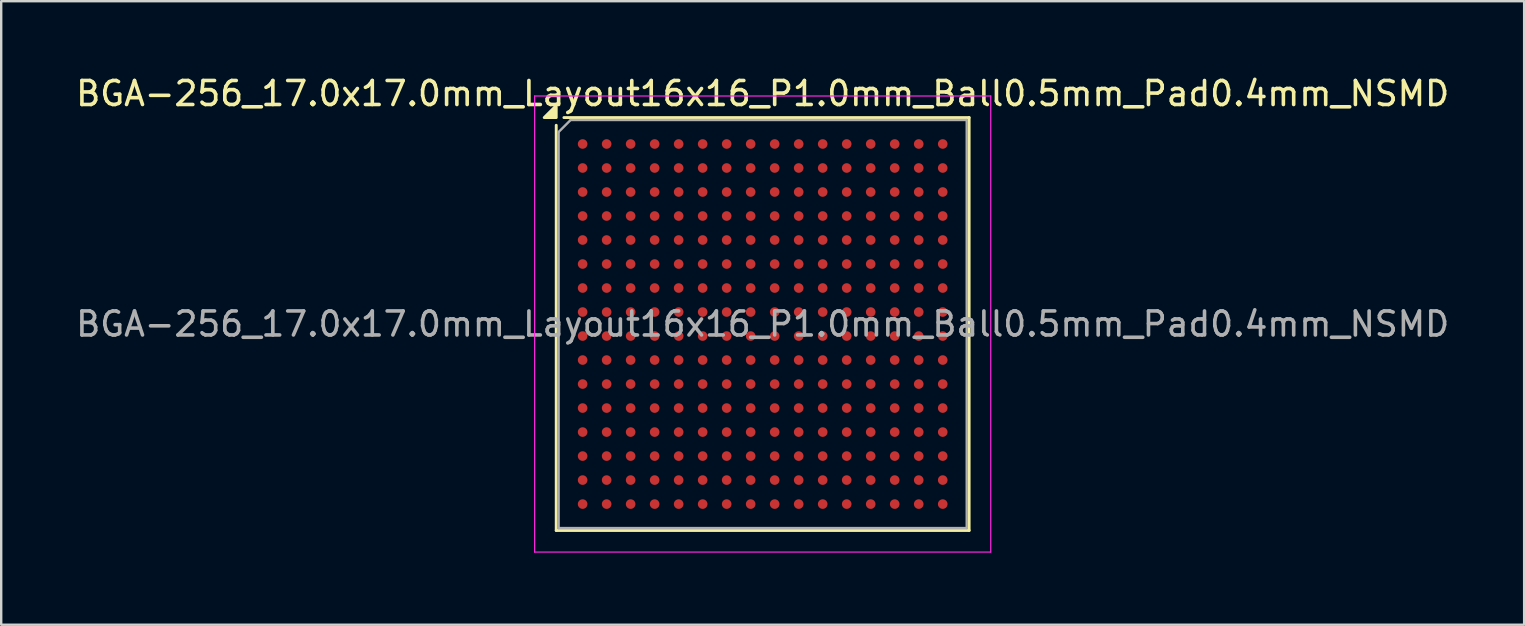
<source format=kicad_pcb>
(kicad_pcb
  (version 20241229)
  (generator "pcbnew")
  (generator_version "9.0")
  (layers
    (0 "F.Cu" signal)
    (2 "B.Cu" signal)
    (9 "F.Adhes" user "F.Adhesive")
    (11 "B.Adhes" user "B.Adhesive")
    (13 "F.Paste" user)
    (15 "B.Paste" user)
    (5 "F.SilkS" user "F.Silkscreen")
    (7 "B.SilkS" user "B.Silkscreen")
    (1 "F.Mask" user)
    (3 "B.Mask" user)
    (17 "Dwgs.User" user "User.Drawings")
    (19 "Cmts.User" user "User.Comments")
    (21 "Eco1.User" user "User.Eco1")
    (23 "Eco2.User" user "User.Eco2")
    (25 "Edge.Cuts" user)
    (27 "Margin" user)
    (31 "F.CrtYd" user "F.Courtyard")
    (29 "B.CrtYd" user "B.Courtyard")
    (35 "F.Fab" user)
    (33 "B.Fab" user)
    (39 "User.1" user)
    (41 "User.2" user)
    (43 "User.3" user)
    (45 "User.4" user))
  (footprint "BGA-256_17.0x17.0mm_Layout16x16_P1.0mm_Ball0.5mm_Pad0.4mm_NSMD"
    (layer "F.Cu")
    (at 28.72 10.448)
    (property "Reference" "BGA-256_17.0x17.0mm_Layout16x16_P1.0mm_Ball0.5mm_Pad0.4mm_NSMD" (at 0 -9.6 0) (layer "F.SilkS") (effects (font (size 1 1) (thickness 0.15))))
    (attr smd)
    (fp_line (start -8.6 -8.28) (end -8.6 8.6) (stroke (width 0.12) (type solid)) (layer "F.SilkS"))
    (fp_line (start -8.6 8.6) (end 8.6 8.6) (stroke (width 0.12) (type solid)) (layer "F.SilkS"))
    (fp_line (start 8.6 -8.6) (end -8.28 -8.6) (stroke (width 0.12) (type solid)) (layer "F.SilkS"))
    (fp_line (start 8.6 8.6) (end 8.6 -8.6) (stroke (width 0.12) (type solid)) (layer "F.SilkS"))
    (fp_poly (pts (xy -8.6 -8.6) (xy -9.1 -8.6) (xy -8.6 -9.1) (xy -8.6 -8.6)) (stroke (width 0.12) (type solid)) (fill yes) (layer "F.SilkS"))
    (fp_line (start -9.5 -9.5) (end -9.5 9.5) (stroke (width 0.05) (type solid)) (layer "F.CrtYd"))
    (fp_line (start -9.5 -9.5) (end 9.5 -9.5) (stroke (width 0.05) (type solid)) (layer "F.CrtYd"))
    (fp_line (start 9.5 9.5) (end -9.5 9.5) (stroke (width 0.05) (type solid)) (layer "F.CrtYd"))
    (fp_line (start 9.5 9.5) (end 9.5 -9.5) (stroke (width 0.05) (type solid)) (layer "F.CrtYd"))
    (fp_line (start -8.5 -8) (end -8.5 8.5) (stroke (width 0.1) (type solid)) (layer "F.Fab"))
    (fp_line (start -8.5 8.5) (end 8.5 8.5) (stroke (width 0.1) (type solid)) (layer "F.Fab"))
    (fp_line (start -8 -8.5) (end -8.5 -8) (stroke (width 0.1) (type solid)) (layer "F.Fab"))
    (fp_line (start 8.5 -8.5) (end -8 -8.5) (stroke (width 0.1) (type solid)) (layer "F.Fab"))
    (fp_line (start 8.5 8.5) (end 8.5 -8.5) (stroke (width 0.1) (type solid)) (layer "F.Fab"))
    (fp_text user "${REFERENCE}" (at 0 0 0) (layer "F.Fab") (effects (font (size 1 1) (thickness 0.15))))
    (pad "A1" smd circle (at -7.5 -7.5) (size 0.4 0.4) (property pad_prop_bga) (layers "F.Cu" "F.Mask" "F.Paste"))
    (pad "A2" smd circle (at -6.5 -7.5) (size 0.4 0.4) (property pad_prop_bga) (layers "F.Cu" "F.Mask" "F.Paste"))
    (pad "A3" smd circle (at -5.5 -7.5) (size 0.4 0.4) (property pad_prop_bga) (layers "F.Cu" "F.Mask" "F.Paste"))
    (pad "A4" smd circle (at -4.5 -7.5) (size 0.4 0.4) (property pad_prop_bga) (layers "F.Cu" "F.Mask" "F.Paste"))
    (pad "A5" smd circle (at -3.5 -7.5) (size 0.4 0.4) (property pad_prop_bga) (layers "F.Cu" "F.Mask" "F.Paste"))
    (pad "A6" smd circle (at -2.5 -7.5) (size 0.4 0.4) (property pad_prop_bga) (layers "F.Cu" "F.Mask" "F.Paste"))
    (pad "A7" smd circle (at -1.5 -7.5) (size 0.4 0.4) (property pad_prop_bga) (layers "F.Cu" "F.Mask" "F.Paste"))
    (pad "A8" smd circle (at -0.5 -7.5) (size 0.4 0.4) (property pad_prop_bga) (layers "F.Cu" "F.Mask" "F.Paste"))
    (pad "A9" smd circle (at 0.5 -7.5) (size 0.4 0.4) (property pad_prop_bga) (layers "F.Cu" "F.Mask" "F.Paste"))
    (pad "A10" smd circle (at 1.5 -7.5) (size 0.4 0.4) (property pad_prop_bga) (layers "F.Cu" "F.Mask" "F.Paste"))
    (pad "A11" smd circle (at 2.5 -7.5) (size 0.4 0.4) (property pad_prop_bga) (layers "F.Cu" "F.Mask" "F.Paste"))
    (pad "A12" smd circle (at 3.5 -7.5) (size 0.4 0.4) (property pad_prop_bga) (layers "F.Cu" "F.Mask" "F.Paste"))
    (pad "A13" smd circle (at 4.5 -7.5) (size 0.4 0.4) (property pad_prop_bga) (layers "F.Cu" "F.Mask" "F.Paste"))
    (pad "A14" smd circle (at 5.5 -7.5) (size 0.4 0.4) (property pad_prop_bga) (layers "F.Cu" "F.Mask" "F.Paste"))
    (pad "A15" smd circle (at 6.5 -7.5) (size 0.4 0.4) (property pad_prop_bga) (layers "F.Cu" "F.Mask" "F.Paste"))
    (pad "A16" smd circle (at 7.5 -7.5) (size 0.4 0.4) (property pad_prop_bga) (layers "F.Cu" "F.Mask" "F.Paste"))
    (pad "B1" smd circle (at -7.5 -6.5) (size 0.4 0.4) (property pad_prop_bga) (layers "F.Cu" "F.Mask" "F.Paste"))
    (pad "B2" smd circle (at -6.5 -6.5) (size 0.4 0.4) (property pad_prop_bga) (layers "F.Cu" "F.Mask" "F.Paste"))
    (pad "B3" smd circle (at -5.5 -6.5) (size 0.4 0.4) (property pad_prop_bga) (layers "F.Cu" "F.Mask" "F.Paste"))
    (pad "B4" smd circle (at -4.5 -6.5) (size 0.4 0.4) (property pad_prop_bga) (layers "F.Cu" "F.Mask" "F.Paste"))
    (pad "B5" smd circle (at -3.5 -6.5) (size 0.4 0.4) (property pad_prop_bga) (layers "F.Cu" "F.Mask" "F.Paste"))
    (pad "B6" smd circle (at -2.5 -6.5) (size 0.4 0.4) (property pad_prop_bga) (layers "F.Cu" "F.Mask" "F.Paste"))
    (pad "B7" smd circle (at -1.5 -6.5) (size 0.4 0.4) (property pad_prop_bga) (layers "F.Cu" "F.Mask" "F.Paste"))
    (pad "B8" smd circle (at -0.5 -6.5) (size 0.4 0.4) (property pad_prop_bga) (layers "F.Cu" "F.Mask" "F.Paste"))
    (pad "B9" smd circle (at 0.5 -6.5) (size 0.4 0.4) (property pad_prop_bga) (layers "F.Cu" "F.Mask" "F.Paste"))
    (pad "B10" smd circle (at 1.5 -6.5) (size 0.4 0.4) (property pad_prop_bga) (layers "F.Cu" "F.Mask" "F.Paste"))
    (pad "B11" smd circle (at 2.5 -6.5) (size 0.4 0.4) (property pad_prop_bga) (layers "F.Cu" "F.Mask" "F.Paste"))
    (pad "B12" smd circle (at 3.5 -6.5) (size 0.4 0.4) (property pad_prop_bga) (layers "F.Cu" "F.Mask" "F.Paste"))
    (pad "B13" smd circle (at 4.5 -6.5) (size 0.4 0.4) (property pad_prop_bga) (layers "F.Cu" "F.Mask" "F.Paste"))
    (pad "B14" smd circle (at 5.5 -6.5) (size 0.4 0.4) (property pad_prop_bga) (layers "F.Cu" "F.Mask" "F.Paste"))
    (pad "B15" smd circle (at 6.5 -6.5) (size 0.4 0.4) (property pad_prop_bga) (layers "F.Cu" "F.Mask" "F.Paste"))
    (pad "B16" smd circle (at 7.5 -6.5) (size 0.4 0.4) (property pad_prop_bga) (layers "F.Cu" "F.Mask" "F.Paste"))
    (pad "C1" smd circle (at -7.5 -5.5) (size 0.4 0.4) (property pad_prop_bga) (layers "F.Cu" "F.Mask" "F.Paste"))
    (pad "C2" smd circle (at -6.5 -5.5) (size 0.4 0.4) (property pad_prop_bga) (layers "F.Cu" "F.Mask" "F.Paste"))
    (pad "C3" smd circle (at -5.5 -5.5) (size 0.4 0.4) (property pad_prop_bga) (layers "F.Cu" "F.Mask" "F.Paste"))
    (pad "C4" smd circle (at -4.5 -5.5) (size 0.4 0.4) (property pad_prop_bga) (layers "F.Cu" "F.Mask" "F.Paste"))
    (pad "C5" smd circle (at -3.5 -5.5) (size 0.4 0.4) (property pad_prop_bga) (layers "F.Cu" "F.Mask" "F.Paste"))
    (pad "C6" smd circle (at -2.5 -5.5) (size 0.4 0.4) (property pad_prop_bga) (layers "F.Cu" "F.Mask" "F.Paste"))
    (pad "C7" smd circle (at -1.5 -5.5) (size 0.4 0.4) (property pad_prop_bga) (layers "F.Cu" "F.Mask" "F.Paste"))
    (pad "C8" smd circle (at -0.5 -5.5) (size 0.4 0.4) (property pad_prop_bga) (layers "F.Cu" "F.Mask" "F.Paste"))
    (pad "C9" smd circle (at 0.5 -5.5) (size 0.4 0.4) (property pad_prop_bga) (layers "F.Cu" "F.Mask" "F.Paste"))
    (pad "C10" smd circle (at 1.5 -5.5) (size 0.4 0.4) (property pad_prop_bga) (layers "F.Cu" "F.Mask" "F.Paste"))
    (pad "C11" smd circle (at 2.5 -5.5) (size 0.4 0.4) (property pad_prop_bga) (layers "F.Cu" "F.Mask" "F.Paste"))
    (pad "C12" smd circle (at 3.5 -5.5) (size 0.4 0.4) (property pad_prop_bga) (layers "F.Cu" "F.Mask" "F.Paste"))
    (pad "C13" smd circle (at 4.5 -5.5) (size 0.4 0.4) (property pad_prop_bga) (layers "F.Cu" "F.Mask" "F.Paste"))
    (pad "C14" smd circle (at 5.5 -5.5) (size 0.4 0.4) (property pad_prop_bga) (layers "F.Cu" "F.Mask" "F.Paste"))
    (pad "C15" smd circle (at 6.5 -5.5) (size 0.4 0.4) (property pad_prop_bga) (layers "F.Cu" "F.Mask" "F.Paste"))
    (pad "C16" smd circle (at 7.5 -5.5) (size 0.4 0.4) (property pad_prop_bga) (layers "F.Cu" "F.Mask" "F.Paste"))
    (pad "D1" smd circle (at -7.5 -4.5) (size 0.4 0.4) (property pad_prop_bga) (layers "F.Cu" "F.Mask" "F.Paste"))
    (pad "D2" smd circle (at -6.5 -4.5) (size 0.4 0.4) (property pad_prop_bga) (layers "F.Cu" "F.Mask" "F.Paste"))
    (pad "D3" smd circle (at -5.5 -4.5) (size 0.4 0.4) (property pad_prop_bga) (layers "F.Cu" "F.Mask" "F.Paste"))
    (pad "D4" smd circle (at -4.5 -4.5) (size 0.4 0.4) (property pad_prop_bga) (layers "F.Cu" "F.Mask" "F.Paste"))
    (pad "D5" smd circle (at -3.5 -4.5) (size 0.4 0.4) (property pad_prop_bga) (layers "F.Cu" "F.Mask" "F.Paste"))
    (pad "D6" smd circle (at -2.5 -4.5) (size 0.4 0.4) (property pad_prop_bga) (layers "F.Cu" "F.Mask" "F.Paste"))
    (pad "D7" smd circle (at -1.5 -4.5) (size 0.4 0.4) (property pad_prop_bga) (layers "F.Cu" "F.Mask" "F.Paste"))
    (pad "D8" smd circle (at -0.5 -4.5) (size 0.4 0.4) (property pad_prop_bga) (layers "F.Cu" "F.Mask" "F.Paste"))
    (pad "D9" smd circle (at 0.5 -4.5) (size 0.4 0.4) (property pad_prop_bga) (layers "F.Cu" "F.Mask" "F.Paste"))
    (pad "D10" smd circle (at 1.5 -4.5) (size 0.4 0.4) (property pad_prop_bga) (layers "F.Cu" "F.Mask" "F.Paste"))
    (pad "D11" smd circle (at 2.5 -4.5) (size 0.4 0.4) (property pad_prop_bga) (layers "F.Cu" "F.Mask" "F.Paste"))
    (pad "D12" smd circle (at 3.5 -4.5) (size 0.4 0.4) (property pad_prop_bga) (layers "F.Cu" "F.Mask" "F.Paste"))
    (pad "D13" smd circle (at 4.5 -4.5) (size 0.4 0.4) (property pad_prop_bga) (layers "F.Cu" "F.Mask" "F.Paste"))
    (pad "D14" smd circle (at 5.5 -4.5) (size 0.4 0.4) (property pad_prop_bga) (layers "F.Cu" "F.Mask" "F.Paste"))
    (pad "D15" smd circle (at 6.5 -4.5) (size 0.4 0.4) (property pad_prop_bga) (layers "F.Cu" "F.Mask" "F.Paste"))
    (pad "D16" smd circle (at 7.5 -4.5) (size 0.4 0.4) (property pad_prop_bga) (layers "F.Cu" "F.Mask" "F.Paste"))
    (pad "E1" smd circle (at -7.5 -3.5) (size 0.4 0.4) (property pad_prop_bga) (layers "F.Cu" "F.Mask" "F.Paste"))
    (pad "E2" smd circle (at -6.5 -3.5) (size 0.4 0.4) (property pad_prop_bga) (layers "F.Cu" "F.Mask" "F.Paste"))
    (pad "E3" smd circle (at -5.5 -3.5) (size 0.4 0.4) (property pad_prop_bga) (layers "F.Cu" "F.Mask" "F.Paste"))
    (pad "E4" smd circle (at -4.5 -3.5) (size 0.4 0.4) (property pad_prop_bga) (layers "F.Cu" "F.Mask" "F.Paste"))
    (pad "E5" smd circle (at -3.5 -3.5) (size 0.4 0.4) (property pad_prop_bga) (layers "F.Cu" "F.Mask" "F.Paste"))
    (pad "E6" smd circle (at -2.5 -3.5) (size 0.4 0.4) (property pad_prop_bga) (layers "F.Cu" "F.Mask" "F.Paste"))
    (pad "E7" smd circle (at -1.5 -3.5) (size 0.4 0.4) (property pad_prop_bga) (layers "F.Cu" "F.Mask" "F.Paste"))
    (pad "E8" smd circle (at -0.5 -3.5) (size 0.4 0.4) (property pad_prop_bga) (layers "F.Cu" "F.Mask" "F.Paste"))
    (pad "E9" smd circle (at 0.5 -3.5) (size 0.4 0.4) (property pad_prop_bga) (layers "F.Cu" "F.Mask" "F.Paste"))
    (pad "E10" smd circle (at 1.5 -3.5) (size 0.4 0.4) (property pad_prop_bga) (layers "F.Cu" "F.Mask" "F.Paste"))
    (pad "E11" smd circle (at 2.5 -3.5) (size 0.4 0.4) (property pad_prop_bga) (layers "F.Cu" "F.Mask" "F.Paste"))
    (pad "E12" smd circle (at 3.5 -3.5) (size 0.4 0.4) (property pad_prop_bga) (layers "F.Cu" "F.Mask" "F.Paste"))
    (pad "E13" smd circle (at 4.5 -3.5) (size 0.4 0.4) (property pad_prop_bga) (layers "F.Cu" "F.Mask" "F.Paste"))
    (pad "E14" smd circle (at 5.5 -3.5) (size 0.4 0.4) (property pad_prop_bga) (layers "F.Cu" "F.Mask" "F.Paste"))
    (pad "E15" smd circle (at 6.5 -3.5) (size 0.4 0.4) (property pad_prop_bga) (layers "F.Cu" "F.Mask" "F.Paste"))
    (pad "E16" smd circle (at 7.5 -3.5) (size 0.4 0.4) (property pad_prop_bga) (layers "F.Cu" "F.Mask" "F.Paste"))
    (pad "F1" smd circle (at -7.5 -2.5) (size 0.4 0.4) (property pad_prop_bga) (layers "F.Cu" "F.Mask" "F.Paste"))
    (pad "F2" smd circle (at -6.5 -2.5) (size 0.4 0.4) (property pad_prop_bga) (layers "F.Cu" "F.Mask" "F.Paste"))
    (pad "F3" smd circle (at -5.5 -2.5) (size 0.4 0.4) (property pad_prop_bga) (layers "F.Cu" "F.Mask" "F.Paste"))
    (pad "F4" smd circle (at -4.5 -2.5) (size 0.4 0.4) (property pad_prop_bga) (layers "F.Cu" "F.Mask" "F.Paste"))
    (pad "F5" smd circle (at -3.5 -2.5) (size 0.4 0.4) (property pad_prop_bga) (layers "F.Cu" "F.Mask" "F.Paste"))
    (pad "F6" smd circle (at -2.5 -2.5) (size 0.4 0.4) (property pad_prop_bga) (layers "F.Cu" "F.Mask" "F.Paste"))
    (pad "F7" smd circle (at -1.5 -2.5) (size 0.4 0.4) (property pad_prop_bga) (layers "F.Cu" "F.Mask" "F.Paste"))
    (pad "F8" smd circle (at -0.5 -2.5) (size 0.4 0.4) (property pad_prop_bga) (layers "F.Cu" "F.Mask" "F.Paste"))
    (pad "F9" smd circle (at 0.5 -2.5) (size 0.4 0.4) (property pad_prop_bga) (layers "F.Cu" "F.Mask" "F.Paste"))
    (pad "F10" smd circle (at 1.5 -2.5) (size 0.4 0.4) (property pad_prop_bga) (layers "F.Cu" "F.Mask" "F.Paste"))
    (pad "F11" smd circle (at 2.5 -2.5) (size 0.4 0.4) (property pad_prop_bga) (layers "F.Cu" "F.Mask" "F.Paste"))
    (pad "F12" smd circle (at 3.5 -2.5) (size 0.4 0.4) (property pad_prop_bga) (layers "F.Cu" "F.Mask" "F.Paste"))
    (pad "F13" smd circle (at 4.5 -2.5) (size 0.4 0.4) (property pad_prop_bga) (layers "F.Cu" "F.Mask" "F.Paste"))
    (pad "F14" smd circle (at 5.5 -2.5) (size 0.4 0.4) (property pad_prop_bga) (layers "F.Cu" "F.Mask" "F.Paste"))
    (pad "F15" smd circle (at 6.5 -2.5) (size 0.4 0.4) (property pad_prop_bga) (layers "F.Cu" "F.Mask" "F.Paste"))
    (pad "F16" smd circle (at 7.5 -2.5) (size 0.4 0.4) (property pad_prop_bga) (layers "F.Cu" "F.Mask" "F.Paste"))
    (pad "G1" smd circle (at -7.5 -1.5) (size 0.4 0.4) (property pad_prop_bga) (layers "F.Cu" "F.Mask" "F.Paste"))
    (pad "G2" smd circle (at -6.5 -1.5) (size 0.4 0.4) (property pad_prop_bga) (layers "F.Cu" "F.Mask" "F.Paste"))
    (pad "G3" smd circle (at -5.5 -1.5) (size 0.4 0.4) (property pad_prop_bga) (layers "F.Cu" "F.Mask" "F.Paste"))
    (pad "G4" smd circle (at -4.5 -1.5) (size 0.4 0.4) (property pad_prop_bga) (layers "F.Cu" "F.Mask" "F.Paste"))
    (pad "G5" smd circle (at -3.5 -1.5) (size 0.4 0.4) (property pad_prop_bga) (layers "F.Cu" "F.Mask" "F.Paste"))
    (pad "G6" smd circle (at -2.5 -1.5) (size 0.4 0.4) (property pad_prop_bga) (layers "F.Cu" "F.Mask" "F.Paste"))
    (pad "G7" smd circle (at -1.5 -1.5) (size 0.4 0.4) (property pad_prop_bga) (layers "F.Cu" "F.Mask" "F.Paste"))
    (pad "G8" smd circle (at -0.5 -1.5) (size 0.4 0.4) (property pad_prop_bga) (layers "F.Cu" "F.Mask" "F.Paste"))
    (pad "G9" smd circle (at 0.5 -1.5) (size 0.4 0.4) (property pad_prop_bga) (layers "F.Cu" "F.Mask" "F.Paste"))
    (pad "G10" smd circle (at 1.5 -1.5) (size 0.4 0.4) (property pad_prop_bga) (layers "F.Cu" "F.Mask" "F.Paste"))
    (pad "G11" smd circle (at 2.5 -1.5) (size 0.4 0.4) (property pad_prop_bga) (layers "F.Cu" "F.Mask" "F.Paste"))
    (pad "G12" smd circle (at 3.5 -1.5) (size 0.4 0.4) (property pad_prop_bga) (layers "F.Cu" "F.Mask" "F.Paste"))
    (pad "G13" smd circle (at 4.5 -1.5) (size 0.4 0.4) (property pad_prop_bga) (layers "F.Cu" "F.Mask" "F.Paste"))
    (pad "G14" smd circle (at 5.5 -1.5) (size 0.4 0.4) (property pad_prop_bga) (layers "F.Cu" "F.Mask" "F.Paste"))
    (pad "G15" smd circle (at 6.5 -1.5) (size 0.4 0.4) (property pad_prop_bga) (layers "F.Cu" "F.Mask" "F.Paste"))
    (pad "G16" smd circle (at 7.5 -1.5) (size 0.4 0.4) (property pad_prop_bga) (layers "F.Cu" "F.Mask" "F.Paste"))
    (pad "H1" smd circle (at -7.5 -0.5) (size 0.4 0.4) (property pad_prop_bga) (layers "F.Cu" "F.Mask" "F.Paste"))
    (pad "H2" smd circle (at -6.5 -0.5) (size 0.4 0.4) (property pad_prop_bga) (layers "F.Cu" "F.Mask" "F.Paste"))
    (pad "H3" smd circle (at -5.5 -0.5) (size 0.4 0.4) (property pad_prop_bga) (layers "F.Cu" "F.Mask" "F.Paste"))
    (pad "H4" smd circle (at -4.5 -0.5) (size 0.4 0.4) (property pad_prop_bga) (layers "F.Cu" "F.Mask" "F.Paste"))
    (pad "H5" smd circle (at -3.5 -0.5) (size 0.4 0.4) (property pad_prop_bga) (layers "F.Cu" "F.Mask" "F.Paste"))
    (pad "H6" smd circle (at -2.5 -0.5) (size 0.4 0.4) (property pad_prop_bga) (layers "F.Cu" "F.Mask" "F.Paste"))
    (pad "H7" smd circle (at -1.5 -0.5) (size 0.4 0.4) (property pad_prop_bga) (layers "F.Cu" "F.Mask" "F.Paste"))
    (pad "H8" smd circle (at -0.5 -0.5) (size 0.4 0.4) (property pad_prop_bga) (layers "F.Cu" "F.Mask" "F.Paste"))
    (pad "H9" smd circle (at 0.5 -0.5) (size 0.4 0.4) (property pad_prop_bga) (layers "F.Cu" "F.Mask" "F.Paste"))
    (pad "H10" smd circle (at 1.5 -0.5) (size 0.4 0.4) (property pad_prop_bga) (layers "F.Cu" "F.Mask" "F.Paste"))
    (pad "H11" smd circle (at 2.5 -0.5) (size 0.4 0.4) (property pad_prop_bga) (layers "F.Cu" "F.Mask" "F.Paste"))
    (pad "H12" smd circle (at 3.5 -0.5) (size 0.4 0.4) (property pad_prop_bga) (layers "F.Cu" "F.Mask" "F.Paste"))
    (pad "H13" smd circle (at 4.5 -0.5) (size 0.4 0.4) (property pad_prop_bga) (layers "F.Cu" "F.Mask" "F.Paste"))
    (pad "H14" smd circle (at 5.5 -0.5) (size 0.4 0.4) (property pad_prop_bga) (layers "F.Cu" "F.Mask" "F.Paste"))
    (pad "H15" smd circle (at 6.5 -0.5) (size 0.4 0.4) (property pad_prop_bga) (layers "F.Cu" "F.Mask" "F.Paste"))
    (pad "H16" smd circle (at 7.5 -0.5) (size 0.4 0.4) (property pad_prop_bga) (layers "F.Cu" "F.Mask" "F.Paste"))
    (pad "J1" smd circle (at -7.5 0.5) (size 0.4 0.4) (property pad_prop_bga) (layers "F.Cu" "F.Mask" "F.Paste"))
    (pad "J2" smd circle (at -6.5 0.5) (size 0.4 0.4) (property pad_prop_bga) (layers "F.Cu" "F.Mask" "F.Paste"))
    (pad "J3" smd circle (at -5.5 0.5) (size 0.4 0.4) (property pad_prop_bga) (layers "F.Cu" "F.Mask" "F.Paste"))
    (pad "J4" smd circle (at -4.5 0.5) (size 0.4 0.4) (property pad_prop_bga) (layers "F.Cu" "F.Mask" "F.Paste"))
    (pad "J5" smd circle (at -3.5 0.5) (size 0.4 0.4) (property pad_prop_bga) (layers "F.Cu" "F.Mask" "F.Paste"))
    (pad "J6" smd circle (at -2.5 0.5) (size 0.4 0.4) (property pad_prop_bga) (layers "F.Cu" "F.Mask" "F.Paste"))
    (pad "J7" smd circle (at -1.5 0.5) (size 0.4 0.4) (property pad_prop_bga) (layers "F.Cu" "F.Mask" "F.Paste"))
    (pad "J8" smd circle (at -0.5 0.5) (size 0.4 0.4) (property pad_prop_bga) (layers "F.Cu" "F.Mask" "F.Paste"))
    (pad "J9" smd circle (at 0.5 0.5) (size 0.4 0.4) (property pad_prop_bga) (layers "F.Cu" "F.Mask" "F.Paste"))
    (pad "J10" smd circle (at 1.5 0.5) (size 0.4 0.4) (property pad_prop_bga) (layers "F.Cu" "F.Mask" "F.Paste"))
    (pad "J11" smd circle (at 2.5 0.5) (size 0.4 0.4) (property pad_prop_bga) (layers "F.Cu" "F.Mask" "F.Paste"))
    (pad "J12" smd circle (at 3.5 0.5) (size 0.4 0.4) (property pad_prop_bga) (layers "F.Cu" "F.Mask" "F.Paste"))
    (pad "J13" smd circle (at 4.5 0.5) (size 0.4 0.4) (property pad_prop_bga) (layers "F.Cu" "F.Mask" "F.Paste"))
    (pad "J14" smd circle (at 5.5 0.5) (size 0.4 0.4) (property pad_prop_bga) (layers "F.Cu" "F.Mask" "F.Paste"))
    (pad "J15" smd circle (at 6.5 0.5) (size 0.4 0.4) (property pad_prop_bga) (layers "F.Cu" "F.Mask" "F.Paste"))
    (pad "J16" smd circle (at 7.5 0.5) (size 0.4 0.4) (property pad_prop_bga) (layers "F.Cu" "F.Mask" "F.Paste"))
    (pad "K1" smd circle (at -7.5 1.5) (size 0.4 0.4) (property pad_prop_bga) (layers "F.Cu" "F.Mask" "F.Paste"))
    (pad "K2" smd circle (at -6.5 1.5) (size 0.4 0.4) (property pad_prop_bga) (layers "F.Cu" "F.Mask" "F.Paste"))
    (pad "K3" smd circle (at -5.5 1.5) (size 0.4 0.4) (property pad_prop_bga) (layers "F.Cu" "F.Mask" "F.Paste"))
    (pad "K4" smd circle (at -4.5 1.5) (size 0.4 0.4) (property pad_prop_bga) (layers "F.Cu" "F.Mask" "F.Paste"))
    (pad "K5" smd circle (at -3.5 1.5) (size 0.4 0.4) (property pad_prop_bga) (layers "F.Cu" "F.Mask" "F.Paste"))
    (pad "K6" smd circle (at -2.5 1.5) (size 0.4 0.4) (property pad_prop_bga) (layers "F.Cu" "F.Mask" "F.Paste"))
    (pad "K7" smd circle (at -1.5 1.5) (size 0.4 0.4) (property pad_prop_bga) (layers "F.Cu" "F.Mask" "F.Paste"))
    (pad "K8" smd circle (at -0.5 1.5) (size 0.4 0.4) (property pad_prop_bga) (layers "F.Cu" "F.Mask" "F.Paste"))
    (pad "K9" smd circle (at 0.5 1.5) (size 0.4 0.4) (property pad_prop_bga) (layers "F.Cu" "F.Mask" "F.Paste"))
    (pad "K10" smd circle (at 1.5 1.5) (size 0.4 0.4) (property pad_prop_bga) (layers "F.Cu" "F.Mask" "F.Paste"))
    (pad "K11" smd circle (at 2.5 1.5) (size 0.4 0.4) (property pad_prop_bga) (layers "F.Cu" "F.Mask" "F.Paste"))
    (pad "K12" smd circle (at 3.5 1.5) (size 0.4 0.4) (property pad_prop_bga) (layers "F.Cu" "F.Mask" "F.Paste"))
    (pad "K13" smd circle (at 4.5 1.5) (size 0.4 0.4) (property pad_prop_bga) (layers "F.Cu" "F.Mask" "F.Paste"))
    (pad "K14" smd circle (at 5.5 1.5) (size 0.4 0.4) (property pad_prop_bga) (layers "F.Cu" "F.Mask" "F.Paste"))
    (pad "K15" smd circle (at 6.5 1.5) (size 0.4 0.4) (property pad_prop_bga) (layers "F.Cu" "F.Mask" "F.Paste"))
    (pad "K16" smd circle (at 7.5 1.5) (size 0.4 0.4) (property pad_prop_bga) (layers "F.Cu" "F.Mask" "F.Paste"))
    (pad "L1" smd circle (at -7.5 2.5) (size 0.4 0.4) (property pad_prop_bga) (layers "F.Cu" "F.Mask" "F.Paste"))
    (pad "L2" smd circle (at -6.5 2.5) (size 0.4 0.4) (property pad_prop_bga) (layers "F.Cu" "F.Mask" "F.Paste"))
    (pad "L3" smd circle (at -5.5 2.5) (size 0.4 0.4) (property pad_prop_bga) (layers "F.Cu" "F.Mask" "F.Paste"))
    (pad "L4" smd circle (at -4.5 2.5) (size 0.4 0.4) (property pad_prop_bga) (layers "F.Cu" "F.Mask" "F.Paste"))
    (pad "L5" smd circle (at -3.5 2.5) (size 0.4 0.4) (property pad_prop_bga) (layers "F.Cu" "F.Mask" "F.Paste"))
    (pad "L6" smd circle (at -2.5 2.5) (size 0.4 0.4) (property pad_prop_bga) (layers "F.Cu" "F.Mask" "F.Paste"))
    (pad "L7" smd circle (at -1.5 2.5) (size 0.4 0.4) (property pad_prop_bga) (layers "F.Cu" "F.Mask" "F.Paste"))
    (pad "L8" smd circle (at -0.5 2.5) (size 0.4 0.4) (property pad_prop_bga) (layers "F.Cu" "F.Mask" "F.Paste"))
    (pad "L9" smd circle (at 0.5 2.5) (size 0.4 0.4) (property pad_prop_bga) (layers "F.Cu" "F.Mask" "F.Paste"))
    (pad "L10" smd circle (at 1.5 2.5) (size 0.4 0.4) (property pad_prop_bga) (layers "F.Cu" "F.Mask" "F.Paste"))
    (pad "L11" smd circle (at 2.5 2.5) (size 0.4 0.4) (property pad_prop_bga) (layers "F.Cu" "F.Mask" "F.Paste"))
    (pad "L12" smd circle (at 3.5 2.5) (size 0.4 0.4) (property pad_prop_bga) (layers "F.Cu" "F.Mask" "F.Paste"))
    (pad "L13" smd circle (at 4.5 2.5) (size 0.4 0.4) (property pad_prop_bga) (layers "F.Cu" "F.Mask" "F.Paste"))
    (pad "L14" smd circle (at 5.5 2.5) (size 0.4 0.4) (property pad_prop_bga) (layers "F.Cu" "F.Mask" "F.Paste"))
    (pad "L15" smd circle (at 6.5 2.5) (size 0.4 0.4) (property pad_prop_bga) (layers "F.Cu" "F.Mask" "F.Paste"))
    (pad "L16" smd circle (at 7.5 2.5) (size 0.4 0.4) (property pad_prop_bga) (layers "F.Cu" "F.Mask" "F.Paste"))
    (pad "M1" smd circle (at -7.5 3.5) (size 0.4 0.4) (property pad_prop_bga) (layers "F.Cu" "F.Mask" "F.Paste"))
    (pad "M2" smd circle (at -6.5 3.5) (size 0.4 0.4) (property pad_prop_bga) (layers "F.Cu" "F.Mask" "F.Paste"))
    (pad "M3" smd circle (at -5.5 3.5) (size 0.4 0.4) (property pad_prop_bga) (layers "F.Cu" "F.Mask" "F.Paste"))
    (pad "M4" smd circle (at -4.5 3.5) (size 0.4 0.4) (property pad_prop_bga) (layers "F.Cu" "F.Mask" "F.Paste"))
    (pad "M5" smd circle (at -3.5 3.5) (size 0.4 0.4) (property pad_prop_bga) (layers "F.Cu" "F.Mask" "F.Paste"))
    (pad "M6" smd circle (at -2.5 3.5) (size 0.4 0.4) (property pad_prop_bga) (layers "F.Cu" "F.Mask" "F.Paste"))
    (pad "M7" smd circle (at -1.5 3.5) (size 0.4 0.4) (property pad_prop_bga) (layers "F.Cu" "F.Mask" "F.Paste"))
    (pad "M8" smd circle (at -0.5 3.5) (size 0.4 0.4) (property pad_prop_bga) (layers "F.Cu" "F.Mask" "F.Paste"))
    (pad "M9" smd circle (at 0.5 3.5) (size 0.4 0.4) (property pad_prop_bga) (layers "F.Cu" "F.Mask" "F.Paste"))
    (pad "M10" smd circle (at 1.5 3.5) (size 0.4 0.4) (property pad_prop_bga) (layers "F.Cu" "F.Mask" "F.Paste"))
    (pad "M11" smd circle (at 2.5 3.5) (size 0.4 0.4) (property pad_prop_bga) (layers "F.Cu" "F.Mask" "F.Paste"))
    (pad "M12" smd circle (at 3.5 3.5) (size 0.4 0.4) (property pad_prop_bga) (layers "F.Cu" "F.Mask" "F.Paste"))
    (pad "M13" smd circle (at 4.5 3.5) (size 0.4 0.4) (property pad_prop_bga) (layers "F.Cu" "F.Mask" "F.Paste"))
    (pad "M14" smd circle (at 5.5 3.5) (size 0.4 0.4) (property pad_prop_bga) (layers "F.Cu" "F.Mask" "F.Paste"))
    (pad "M15" smd circle (at 6.5 3.5) (size 0.4 0.4) (property pad_prop_bga) (layers "F.Cu" "F.Mask" "F.Paste"))
    (pad "M16" smd circle (at 7.5 3.5) (size 0.4 0.4) (property pad_prop_bga) (layers "F.Cu" "F.Mask" "F.Paste"))
    (pad "N1" smd circle (at -7.5 4.5) (size 0.4 0.4) (property pad_prop_bga) (layers "F.Cu" "F.Mask" "F.Paste"))
    (pad "N2" smd circle (at -6.5 4.5) (size 0.4 0.4) (property pad_prop_bga) (layers "F.Cu" "F.Mask" "F.Paste"))
    (pad "N3" smd circle (at -5.5 4.5) (size 0.4 0.4) (property pad_prop_bga) (layers "F.Cu" "F.Mask" "F.Paste"))
    (pad "N4" smd circle (at -4.5 4.5) (size 0.4 0.4) (property pad_prop_bga) (layers "F.Cu" "F.Mask" "F.Paste"))
    (pad "N5" smd circle (at -3.5 4.5) (size 0.4 0.4) (property pad_prop_bga) (layers "F.Cu" "F.Mask" "F.Paste"))
    (pad "N6" smd circle (at -2.5 4.5) (size 0.4 0.4) (property pad_prop_bga) (layers "F.Cu" "F.Mask" "F.Paste"))
    (pad "N7" smd circle (at -1.5 4.5) (size 0.4 0.4) (property pad_prop_bga) (layers "F.Cu" "F.Mask" "F.Paste"))
    (pad "N8" smd circle (at -0.5 4.5) (size 0.4 0.4) (property pad_prop_bga) (layers "F.Cu" "F.Mask" "F.Paste"))
    (pad "N9" smd circle (at 0.5 4.5) (size 0.4 0.4) (property pad_prop_bga) (layers "F.Cu" "F.Mask" "F.Paste"))
    (pad "N10" smd circle (at 1.5 4.5) (size 0.4 0.4) (property pad_prop_bga) (layers "F.Cu" "F.Mask" "F.Paste"))
    (pad "N11" smd circle (at 2.5 4.5) (size 0.4 0.4) (property pad_prop_bga) (layers "F.Cu" "F.Mask" "F.Paste"))
    (pad "N12" smd circle (at 3.5 4.5) (size 0.4 0.4) (property pad_prop_bga) (layers "F.Cu" "F.Mask" "F.Paste"))
    (pad "N13" smd circle (at 4.5 4.5) (size 0.4 0.4) (property pad_prop_bga) (layers "F.Cu" "F.Mask" "F.Paste"))
    (pad "N14" smd circle (at 5.5 4.5) (size 0.4 0.4) (property pad_prop_bga) (layers "F.Cu" "F.Mask" "F.Paste"))
    (pad "N15" smd circle (at 6.5 4.5) (size 0.4 0.4) (property pad_prop_bga) (layers "F.Cu" "F.Mask" "F.Paste"))
    (pad "N16" smd circle (at 7.5 4.5) (size 0.4 0.4) (property pad_prop_bga) (layers "F.Cu" "F.Mask" "F.Paste"))
    (pad "P1" smd circle (at -7.5 5.5) (size 0.4 0.4) (property pad_prop_bga) (layers "F.Cu" "F.Mask" "F.Paste"))
    (pad "P2" smd circle (at -6.5 5.5) (size 0.4 0.4) (property pad_prop_bga) (layers "F.Cu" "F.Mask" "F.Paste"))
    (pad "P3" smd circle (at -5.5 5.5) (size 0.4 0.4) (property pad_prop_bga) (layers "F.Cu" "F.Mask" "F.Paste"))
    (pad "P4" smd circle (at -4.5 5.5) (size 0.4 0.4) (property pad_prop_bga) (layers "F.Cu" "F.Mask" "F.Paste"))
    (pad "P5" smd circle (at -3.5 5.5) (size 0.4 0.4) (property pad_prop_bga) (layers "F.Cu" "F.Mask" "F.Paste"))
    (pad "P6" smd circle (at -2.5 5.5) (size 0.4 0.4) (property pad_prop_bga) (layers "F.Cu" "F.Mask" "F.Paste"))
    (pad "P7" smd circle (at -1.5 5.5) (size 0.4 0.4) (property pad_prop_bga) (layers "F.Cu" "F.Mask" "F.Paste"))
    (pad "P8" smd circle (at -0.5 5.5) (size 0.4 0.4) (property pad_prop_bga) (layers "F.Cu" "F.Mask" "F.Paste"))
    (pad "P9" smd circle (at 0.5 5.5) (size 0.4 0.4) (property pad_prop_bga) (layers "F.Cu" "F.Mask" "F.Paste"))
    (pad "P10" smd circle (at 1.5 5.5) (size 0.4 0.4) (property pad_prop_bga) (layers "F.Cu" "F.Mask" "F.Paste"))
    (pad "P11" smd circle (at 2.5 5.5) (size 0.4 0.4) (property pad_prop_bga) (layers "F.Cu" "F.Mask" "F.Paste"))
    (pad "P12" smd circle (at 3.5 5.5) (size 0.4 0.4) (property pad_prop_bga) (layers "F.Cu" "F.Mask" "F.Paste"))
    (pad "P13" smd circle (at 4.5 5.5) (size 0.4 0.4) (property pad_prop_bga) (layers "F.Cu" "F.Mask" "F.Paste"))
    (pad "P14" smd circle (at 5.5 5.5) (size 0.4 0.4) (property pad_prop_bga) (layers "F.Cu" "F.Mask" "F.Paste"))
    (pad "P15" smd circle (at 6.5 5.5) (size 0.4 0.4) (property pad_prop_bga) (layers "F.Cu" "F.Mask" "F.Paste"))
    (pad "P16" smd circle (at 7.5 5.5) (size 0.4 0.4) (property pad_prop_bga) (layers "F.Cu" "F.Mask" "F.Paste"))
    (pad "R1" smd circle (at -7.5 6.5) (size 0.4 0.4) (property pad_prop_bga) (layers "F.Cu" "F.Mask" "F.Paste"))
    (pad "R2" smd circle (at -6.5 6.5) (size 0.4 0.4) (property pad_prop_bga) (layers "F.Cu" "F.Mask" "F.Paste"))
    (pad "R3" smd circle (at -5.5 6.5) (size 0.4 0.4) (property pad_prop_bga) (layers "F.Cu" "F.Mask" "F.Paste"))
    (pad "R4" smd circle (at -4.5 6.5) (size 0.4 0.4) (property pad_prop_bga) (layers "F.Cu" "F.Mask" "F.Paste"))
    (pad "R5" smd circle (at -3.5 6.5) (size 0.4 0.4) (property pad_prop_bga) (layers "F.Cu" "F.Mask" "F.Paste"))
    (pad "R6" smd circle (at -2.5 6.5) (size 0.4 0.4) (property pad_prop_bga) (layers "F.Cu" "F.Mask" "F.Paste"))
    (pad "R7" smd circle (at -1.5 6.5) (size 0.4 0.4) (property pad_prop_bga) (layers "F.Cu" "F.Mask" "F.Paste"))
    (pad "R8" smd circle (at -0.5 6.5) (size 0.4 0.4) (property pad_prop_bga) (layers "F.Cu" "F.Mask" "F.Paste"))
    (pad "R9" smd circle (at 0.5 6.5) (size 0.4 0.4) (property pad_prop_bga) (layers "F.Cu" "F.Mask" "F.Paste"))
    (pad "R10" smd circle (at 1.5 6.5) (size 0.4 0.4) (property pad_prop_bga) (layers "F.Cu" "F.Mask" "F.Paste"))
    (pad "R11" smd circle (at 2.5 6.5) (size 0.4 0.4) (property pad_prop_bga) (layers "F.Cu" "F.Mask" "F.Paste"))
    (pad "R12" smd circle (at 3.5 6.5) (size 0.4 0.4) (property pad_prop_bga) (layers "F.Cu" "F.Mask" "F.Paste"))
    (pad "R13" smd circle (at 4.5 6.5) (size 0.4 0.4) (property pad_prop_bga) (layers "F.Cu" "F.Mask" "F.Paste"))
    (pad "R14" smd circle (at 5.5 6.5) (size 0.4 0.4) (property pad_prop_bga) (layers "F.Cu" "F.Mask" "F.Paste"))
    (pad "R15" smd circle (at 6.5 6.5) (size 0.4 0.4) (property pad_prop_bga) (layers "F.Cu" "F.Mask" "F.Paste"))
    (pad "R16" smd circle (at 7.5 6.5) (size 0.4 0.4) (property pad_prop_bga) (layers "F.Cu" "F.Mask" "F.Paste"))
    (pad "T1" smd circle (at -7.5 7.5) (size 0.4 0.4) (property pad_prop_bga) (layers "F.Cu" "F.Mask" "F.Paste"))
    (pad "T2" smd circle (at -6.5 7.5) (size 0.4 0.4) (property pad_prop_bga) (layers "F.Cu" "F.Mask" "F.Paste"))
    (pad "T3" smd circle (at -5.5 7.5) (size 0.4 0.4) (property pad_prop_bga) (layers "F.Cu" "F.Mask" "F.Paste"))
    (pad "T4" smd circle (at -4.5 7.5) (size 0.4 0.4) (property pad_prop_bga) (layers "F.Cu" "F.Mask" "F.Paste"))
    (pad "T5" smd circle (at -3.5 7.5) (size 0.4 0.4) (property pad_prop_bga) (layers "F.Cu" "F.Mask" "F.Paste"))
    (pad "T6" smd circle (at -2.5 7.5) (size 0.4 0.4) (property pad_prop_bga) (layers "F.Cu" "F.Mask" "F.Paste"))
    (pad "T7" smd circle (at -1.5 7.5) (size 0.4 0.4) (property pad_prop_bga) (layers "F.Cu" "F.Mask" "F.Paste"))
    (pad "T8" smd circle (at -0.5 7.5) (size 0.4 0.4) (property pad_prop_bga) (layers "F.Cu" "F.Mask" "F.Paste"))
    (pad "T9" smd circle (at 0.5 7.5) (size 0.4 0.4) (property pad_prop_bga) (layers "F.Cu" "F.Mask" "F.Paste"))
    (pad "T10" smd circle (at 1.5 7.5) (size 0.4 0.4) (property pad_prop_bga) (layers "F.Cu" "F.Mask" "F.Paste"))
    (pad "T11" smd circle (at 2.5 7.5) (size 0.4 0.4) (property pad_prop_bga) (layers "F.Cu" "F.Mask" "F.Paste"))
    (pad "T12" smd circle (at 3.5 7.5) (size 0.4 0.4) (property pad_prop_bga) (layers "F.Cu" "F.Mask" "F.Paste"))
    (pad "T13" smd circle (at 4.5 7.5) (size 0.4 0.4) (property pad_prop_bga) (layers "F.Cu" "F.Mask" "F.Paste"))
    (pad "T14" smd circle (at 5.5 7.5) (size 0.4 0.4) (property pad_prop_bga) (layers "F.Cu" "F.Mask" "F.Paste"))
    (pad "T15" smd circle (at 6.5 7.5) (size 0.4 0.4) (property pad_prop_bga) (layers "F.Cu" "F.Mask" "F.Paste"))
    (pad "T16" smd circle (at 7.5 7.5) (size 0.4 0.4) (property pad_prop_bga) (layers "F.Cu" "F.Mask" "F.Paste")))
  (gr_rect
    (start -3 -3)
    (end 60.44 22.973)
    (stroke (width 0.1) (type default))
    (fill no)
    (layer "Edge.Cuts")))
</source>
